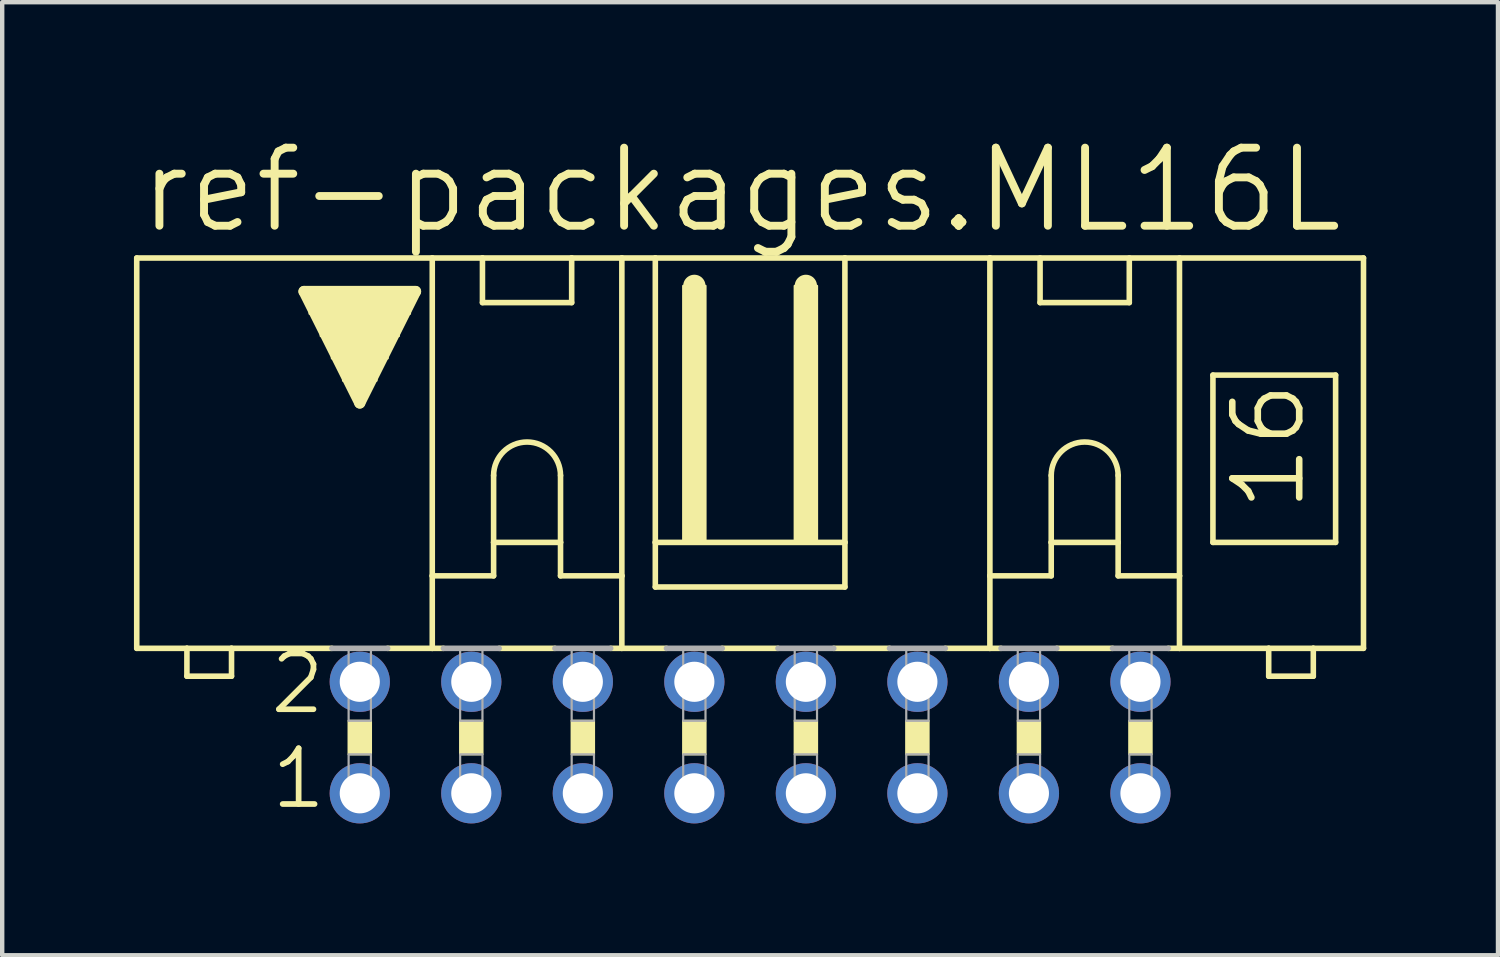
<source format=kicad_pcb>
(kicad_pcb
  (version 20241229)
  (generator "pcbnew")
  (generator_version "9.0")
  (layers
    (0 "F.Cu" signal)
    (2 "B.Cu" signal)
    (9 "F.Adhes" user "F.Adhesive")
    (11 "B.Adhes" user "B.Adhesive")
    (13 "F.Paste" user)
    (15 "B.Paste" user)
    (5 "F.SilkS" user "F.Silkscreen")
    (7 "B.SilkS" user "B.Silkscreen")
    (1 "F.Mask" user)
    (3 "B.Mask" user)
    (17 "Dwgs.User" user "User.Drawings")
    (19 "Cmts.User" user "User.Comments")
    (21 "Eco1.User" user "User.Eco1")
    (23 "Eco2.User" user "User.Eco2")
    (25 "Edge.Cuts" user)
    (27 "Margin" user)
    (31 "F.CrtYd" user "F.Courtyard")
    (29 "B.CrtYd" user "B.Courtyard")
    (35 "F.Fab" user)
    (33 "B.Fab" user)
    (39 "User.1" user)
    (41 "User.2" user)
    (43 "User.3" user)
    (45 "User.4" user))
  (footprint "ref-packages.ML16L"
    (layer "F.Cu")
    (at 14.034 13.748)
    (property "Reference" "ref-packages.ML16L" (at -13.995 -11.43 0) (layer "F.SilkS") (effects (font (size 1.778 1.778) (thickness 0.18)) (justify left bottom)))
    (attr through_hole)
    (fp_line (start -13.97 -2.032) (end -13.97 -10.922) (stroke (width 0.127) (type default)) (layer "F.SilkS"))
    (fp_line (start -13.97 -2.032) (end -12.827 -2.032) (stroke (width 0.127) (type default)) (layer "F.SilkS"))
    (fp_line (start -12.827 -2.032) (end -12.827 -1.397) (stroke (width 0.127) (type default)) (layer "F.SilkS"))
    (fp_line (start -12.827 -2.032) (end -11.811 -2.032) (stroke (width 0.127) (type default)) (layer "F.SilkS"))
    (fp_line (start -11.811 -2.032) (end -9.525 -2.032) (stroke (width 0.127) (type default)) (layer "F.SilkS"))
    (fp_line (start -11.811 -1.397) (end -12.827 -1.397) (stroke (width 0.127) (type default)) (layer "F.SilkS"))
    (fp_line (start -11.811 -1.397) (end -11.811 -2.032) (stroke (width 0.127) (type default)) (layer "F.SilkS"))
    (fp_line (start -10.16 -10.16) (end -7.62 -10.16) (stroke (width 0.254) (type default)) (layer "F.SilkS"))
    (fp_line (start -8.89 -7.62) (end -10.16 -10.16) (stroke (width 0.254) (type default)) (layer "F.SilkS"))
    (fp_line (start -8.255 -2.032) (end -7.239 -2.032) (stroke (width 0.127) (type default)) (layer "F.SilkS"))
    (fp_line (start -7.62 -10.16) (end -8.89 -7.62) (stroke (width 0.254) (type default)) (layer "F.SilkS"))
    (fp_line (start -7.239 -10.922) (end -13.97 -10.922) (stroke (width 0.127) (type default)) (layer "F.SilkS"))
    (fp_line (start -7.239 -10.922) (end -6.096 -10.922) (stroke (width 0.127) (type default)) (layer "F.SilkS"))
    (fp_line (start -7.239 -3.683) (end -7.239 -10.922) (stroke (width 0.127) (type default)) (layer "F.SilkS"))
    (fp_line (start -7.239 -3.683) (end -5.842 -3.683) (stroke (width 0.127) (type default)) (layer "F.SilkS"))
    (fp_line (start -7.239 -2.032) (end -7.239 -3.683) (stroke (width 0.127) (type default)) (layer "F.SilkS"))
    (fp_line (start -7.239 -2.032) (end -6.985 -2.032) (stroke (width 0.127) (type default)) (layer "F.SilkS"))
    (fp_line (start -6.096 -10.922) (end -4.064 -10.922) (stroke (width 0.127) (type default)) (layer "F.SilkS"))
    (fp_line (start -6.096 -9.906) (end -6.096 -10.922) (stroke (width 0.127) (type default)) (layer "F.SilkS"))
    (fp_line (start -6.096 -9.906) (end -4.064 -9.906) (stroke (width 0.127) (type default)) (layer "F.SilkS"))
    (fp_line (start -5.842 -5.969) (end -5.842 -4.445) (stroke (width 0.127) (type default)) (layer "F.SilkS"))
    (fp_line (start -5.842 -4.445) (end -5.842 -3.683) (stroke (width 0.127) (type default)) (layer "F.SilkS"))
    (fp_line (start -5.842 -4.445) (end -4.318 -4.445) (stroke (width 0.127) (type default)) (layer "F.SilkS"))
    (fp_line (start -5.715 -2.032) (end -4.445 -2.032) (stroke (width 0.127) (type default)) (layer "F.SilkS"))
    (fp_line (start -4.318 -5.969) (end -4.318 -4.445) (stroke (width 0.127) (type default)) (layer "F.SilkS"))
    (fp_line (start -4.318 -4.445) (end -4.318 -3.683) (stroke (width 0.127) (type default)) (layer "F.SilkS"))
    (fp_line (start -4.318 -3.683) (end -2.921 -3.683) (stroke (width 0.127) (type default)) (layer "F.SilkS"))
    (fp_line (start -4.064 -10.922) (end -4.064 -9.906) (stroke (width 0.127) (type default)) (layer "F.SilkS"))
    (fp_line (start -4.064 -10.922) (end -2.921 -10.922) (stroke (width 0.127) (type default)) (layer "F.SilkS"))
    (fp_line (start -3.175 -2.032) (end -2.921 -2.032) (stroke (width 0.127) (type default)) (layer "F.SilkS"))
    (fp_line (start -2.921 -10.922) (end -2.159 -10.922) (stroke (width 0.127) (type default)) (layer "F.SilkS"))
    (fp_line (start -2.921 -3.683) (end -2.921 -10.922) (stroke (width 0.127) (type default)) (layer "F.SilkS"))
    (fp_line (start -2.921 -3.683) (end -2.921 -2.032) (stroke (width 0.127) (type default)) (layer "F.SilkS"))
    (fp_line (start -2.921 -2.032) (end -1.905 -2.032) (stroke (width 0.127) (type default)) (layer "F.SilkS"))
    (fp_line (start -2.159 -10.922) (end -2.159 -4.445) (stroke (width 0.127) (type default)) (layer "F.SilkS"))
    (fp_line (start -2.159 -10.922) (end 2.159 -10.922) (stroke (width 0.127) (type default)) (layer "F.SilkS"))
    (fp_line (start -2.159 -4.445) (end -2.159 -3.429) (stroke (width 0.127) (type default)) (layer "F.SilkS"))
    (fp_line (start -1.27 -10.033) (end -1.27 -10.287) (stroke (width 0.508) (type default)) (layer "F.SilkS"))
    (fp_line (start -0.635 -2.032) (end 0.635 -2.032) (stroke (width 0.127) (type default)) (layer "F.SilkS"))
    (fp_line (start 1.27 -10.033) (end 1.27 -10.287) (stroke (width 0.508) (type default)) (layer "F.SilkS"))
    (fp_line (start 1.905 -2.032) (end 3.175 -2.032) (stroke (width 0.127) (type default)) (layer "F.SilkS"))
    (fp_line (start 2.159 -10.922) (end 2.159 -4.445) (stroke (width 0.127) (type default)) (layer "F.SilkS"))
    (fp_line (start 2.159 -10.922) (end 5.461 -10.922) (stroke (width 0.127) (type default)) (layer "F.SilkS"))
    (fp_line (start 2.159 -4.445) (end -2.159 -4.445) (stroke (width 0.127) (type default)) (layer "F.SilkS"))
    (fp_line (start 2.159 -4.445) (end 2.159 -3.429) (stroke (width 0.127) (type default)) (layer "F.SilkS"))
    (fp_line (start 2.159 -3.429) (end -2.159 -3.429) (stroke (width 0.127) (type default)) (layer "F.SilkS"))
    (fp_line (start 4.445 -2.032) (end 5.461 -2.032) (stroke (width 0.127) (type default)) (layer "F.SilkS"))
    (fp_line (start 5.461 -10.922) (end 13.97 -10.922) (stroke (width 0.127) (type default)) (layer "F.SilkS"))
    (fp_line (start 5.461 -3.683) (end 5.461 -10.922) (stroke (width 0.127) (type default)) (layer "F.SilkS"))
    (fp_line (start 5.461 -3.683) (end 5.461 -2.032) (stroke (width 0.127) (type default)) (layer "F.SilkS"))
    (fp_line (start 5.461 -3.683) (end 6.858 -3.683) (stroke (width 0.127) (type default)) (layer "F.SilkS"))
    (fp_line (start 5.461 -2.032) (end 5.715 -2.032) (stroke (width 0.127) (type default)) (layer "F.SilkS"))
    (fp_line (start 6.604 -9.906) (end 6.604 -10.922) (stroke (width 0.127) (type default)) (layer "F.SilkS"))
    (fp_line (start 6.604 -9.906) (end 8.636 -9.906) (stroke (width 0.127) (type default)) (layer "F.SilkS"))
    (fp_line (start 6.858 -5.969) (end 6.858 -4.445) (stroke (width 0.127) (type default)) (layer "F.SilkS"))
    (fp_line (start 6.858 -4.445) (end 6.858 -3.683) (stroke (width 0.127) (type default)) (layer "F.SilkS"))
    (fp_line (start 6.858 -4.445) (end 8.382 -4.445) (stroke (width 0.127) (type default)) (layer "F.SilkS"))
    (fp_line (start 6.985 -2.032) (end 8.255 -2.032) (stroke (width 0.127) (type default)) (layer "F.SilkS"))
    (fp_line (start 8.382 -5.969) (end 8.382 -4.445) (stroke (width 0.127) (type default)) (layer "F.SilkS"))
    (fp_line (start 8.382 -4.445) (end 8.382 -3.683) (stroke (width 0.127) (type default)) (layer "F.SilkS"))
    (fp_line (start 8.382 -3.683) (end 9.779 -3.683) (stroke (width 0.127) (type default)) (layer "F.SilkS"))
    (fp_line (start 8.636 -10.922) (end 8.636 -9.906) (stroke (width 0.127) (type default)) (layer "F.SilkS"))
    (fp_line (start 9.779 -3.683) (end 9.779 -10.922) (stroke (width 0.127) (type default)) (layer "F.SilkS"))
    (fp_line (start 9.779 -3.683) (end 9.779 -2.032) (stroke (width 0.127) (type default)) (layer "F.SilkS"))
    (fp_line (start 9.779 -2.032) (end 9.525 -2.032) (stroke (width 0.127) (type default)) (layer "F.SilkS"))
    (fp_line (start 10.541 -8.255) (end 10.541 -4.445) (stroke (width 0.127) (type default)) (layer "F.SilkS"))
    (fp_line (start 10.541 -8.255) (end 13.335 -8.255) (stroke (width 0.127) (type default)) (layer "F.SilkS"))
    (fp_line (start 10.541 -4.445) (end 13.335 -4.445) (stroke (width 0.127) (type default)) (layer "F.SilkS"))
    (fp_line (start 11.811 -2.032) (end 9.779 -2.032) (stroke (width 0.127) (type default)) (layer "F.SilkS"))
    (fp_line (start 11.811 -2.032) (end 11.811 -1.397) (stroke (width 0.127) (type default)) (layer "F.SilkS"))
    (fp_line (start 12.827 -2.032) (end 11.811 -2.032) (stroke (width 0.127) (type default)) (layer "F.SilkS"))
    (fp_line (start 12.827 -1.397) (end 11.811 -1.397) (stroke (width 0.127) (type default)) (layer "F.SilkS"))
    (fp_line (start 12.827 -1.397) (end 12.827 -2.032) (stroke (width 0.127) (type default)) (layer "F.SilkS"))
    (fp_line (start 13.335 -4.445) (end 13.335 -8.255) (stroke (width 0.127) (type default)) (layer "F.SilkS"))
    (fp_line (start 13.97 -2.032) (end 12.827 -2.032) (stroke (width 0.127) (type default)) (layer "F.SilkS"))
    (fp_line (start 13.97 -2.032) (end 13.97 -10.922) (stroke (width 0.127) (type default)) (layer "F.SilkS"))
    (fp_rect (start -10.033 -9.652) (end -7.747 -10.16) (stroke (width 0.05) (type default)) (fill yes) (layer "F.SilkS"))
    (fp_rect (start -9.779 -9.144) (end -8.001 -9.652) (stroke (width 0.05) (type default)) (fill yes) (layer "F.SilkS"))
    (fp_rect (start -9.525 -8.636) (end -8.255 -9.144) (stroke (width 0.05) (type default)) (fill yes) (layer "F.SilkS"))
    (fp_rect (start -9.271 -8.128) (end -8.509 -8.636) (stroke (width 0.05) (type default)) (fill yes) (layer "F.SilkS"))
    (fp_rect (start -9.144 0.381) (end -8.636 -0.381) (stroke (width 0.05) (type default)) (fill yes) (layer "F.SilkS"))
    (fp_rect (start -9.017 -7.874) (end -8.763 -8.128) (stroke (width 0.05) (type default)) (fill yes) (layer "F.SilkS"))
    (fp_rect (start -6.604 0.381) (end -6.096 -0.381) (stroke (width 0.05) (type default)) (fill yes) (layer "F.SilkS"))
    (fp_rect (start -4.064 0.381) (end -3.556 -0.381) (stroke (width 0.05) (type default)) (fill yes) (layer "F.SilkS"))
    (fp_rect (start -1.524 -4.445) (end -1.016 -10.287) (stroke (width 0.05) (type default)) (fill yes) (layer "F.SilkS"))
    (fp_rect (start -1.524 0.381) (end -1.016 -0.381) (stroke (width 0.05) (type default)) (fill yes) (layer "F.SilkS"))
    (fp_rect (start 1.016 -4.445) (end 1.524 -10.287) (stroke (width 0.05) (type default)) (fill yes) (layer "F.SilkS"))
    (fp_rect (start 1.016 0.381) (end 1.524 -0.381) (stroke (width 0.05) (type default)) (fill yes) (layer "F.SilkS"))
    (fp_rect (start 3.556 0.381) (end 4.064 -0.381) (stroke (width 0.05) (type default)) (fill yes) (layer "F.SilkS"))
    (fp_rect (start 6.096 0.381) (end 6.604 -0.381) (stroke (width 0.05) (type default)) (fill yes) (layer "F.SilkS"))
    (fp_rect (start 8.636 0.381) (end 9.144 -0.381) (stroke (width 0.05) (type default)) (fill yes) (layer "F.SilkS"))
    (fp_arc (start -5.842 -5.969) (mid -5.08 -6.731) (end -4.318 -5.969) (stroke (width 0.127) (type default)) (layer "F.SilkS"))
    (fp_arc (start 6.858 -5.969) (mid 7.62 -6.731) (end 8.382 -5.969) (stroke (width 0.127) (type default)) (layer "F.SilkS"))
    (fp_line (start -9.525 -2.032) (end -8.255 -2.032) (stroke (width 0.127) (type default)) (layer "F.Fab"))
    (fp_line (start -6.985 -2.032) (end -5.715 -2.032) (stroke (width 0.127) (type default)) (layer "F.Fab"))
    (fp_line (start -4.445 -2.032) (end -3.175 -2.032) (stroke (width 0.127) (type default)) (layer "F.Fab"))
    (fp_line (start -1.905 -2.032) (end -0.635 -2.032) (stroke (width 0.127) (type default)) (layer "F.Fab"))
    (fp_line (start 1.905 -2.032) (end 0.635 -2.032) (stroke (width 0.127) (type default)) (layer "F.Fab"))
    (fp_line (start 4.445 -2.032) (end 3.175 -2.032) (stroke (width 0.127) (type default)) (layer "F.Fab"))
    (fp_line (start 6.985 -2.032) (end 5.715 -2.032) (stroke (width 0.127) (type default)) (layer "F.Fab"))
    (fp_line (start 9.525 -2.032) (end 8.255 -2.032) (stroke (width 0.127) (type default)) (layer "F.Fab"))
    (fp_rect (start -9.144 -0.381) (end -8.636 -2.032) (stroke (width 0.05) (type default)) (fill no) (layer "F.Fab"))
    (fp_rect (start -9.144 1.524) (end -8.636 0.381) (stroke (width 0.05) (type default)) (fill no) (layer "F.Fab"))
    (fp_rect (start -6.604 -0.381) (end -6.096 -2.032) (stroke (width 0.05) (type default)) (fill no) (layer "F.Fab"))
    (fp_rect (start -6.604 1.524) (end -6.096 0.381) (stroke (width 0.05) (type default)) (fill no) (layer "F.Fab"))
    (fp_rect (start -4.064 -0.381) (end -3.556 -2.032) (stroke (width 0.05) (type default)) (fill no) (layer "F.Fab"))
    (fp_rect (start -4.064 1.524) (end -3.556 0.381) (stroke (width 0.05) (type default)) (fill no) (layer "F.Fab"))
    (fp_rect (start -1.524 -0.381) (end -1.016 -2.032) (stroke (width 0.05) (type default)) (fill no) (layer "F.Fab"))
    (fp_rect (start -1.524 1.524) (end -1.016 0.381) (stroke (width 0.05) (type default)) (fill no) (layer "F.Fab"))
    (fp_rect (start 1.016 -0.381) (end 1.524 -2.032) (stroke (width 0.05) (type default)) (fill no) (layer "F.Fab"))
    (fp_rect (start 1.016 1.524) (end 1.524 0.381) (stroke (width 0.05) (type default)) (fill no) (layer "F.Fab"))
    (fp_rect (start 3.556 -0.381) (end 4.064 -2.032) (stroke (width 0.05) (type default)) (fill no) (layer "F.Fab"))
    (fp_rect (start 3.556 1.524) (end 4.064 0.381) (stroke (width 0.05) (type default)) (fill no) (layer "F.Fab"))
    (fp_rect (start 6.096 -0.381) (end 6.604 -2.032) (stroke (width 0.05) (type default)) (fill no) (layer "F.Fab"))
    (fp_rect (start 6.096 1.524) (end 6.604 0.381) (stroke (width 0.05) (type default)) (fill no) (layer "F.Fab"))
    (fp_rect (start 8.636 -0.381) (end 9.144 -2.032) (stroke (width 0.05) (type default)) (fill no) (layer "F.Fab"))
    (fp_rect (start 8.636 1.524) (end 9.144 0.381) (stroke (width 0.05) (type default)) (fill no) (layer "F.Fab"))
    (fp_text user "2" (at -10.998 -0.483 0) (layer "F.SilkS") (effects (font (size 1.27 1.27) (thickness 0.13)) (justify left bottom)))
    (fp_text user "16" (at 12.7 -5.08 90) (layer "F.SilkS") (effects (font (size 1.524 1.524) (thickness 0.15)) (justify left bottom)))
    (fp_text user "1" (at -10.973 1.676 0) (layer "F.SilkS") (effects (font (size 1.27 1.27) (thickness 0.13)) (justify left bottom)))
    (pad "1" thru_hole circle (at -8.89 1.27) (size 1.372 1.372) (drill 0.914) (layers "*.Cu" "*.Mask"))
    (pad "2" thru_hole circle (at -8.89 -1.27) (size 1.372 1.372) (drill 0.914) (layers "*.Cu" "*.Mask"))
    (pad "3" thru_hole circle (at -6.35 1.27) (size 1.372 1.372) (drill 0.914) (layers "*.Cu" "*.Mask"))
    (pad "4" thru_hole circle (at -6.35 -1.27) (size 1.372 1.372) (drill 0.914) (layers "*.Cu" "*.Mask"))
    (pad "5" thru_hole circle (at -3.81 1.27) (size 1.372 1.372) (drill 0.914) (layers "*.Cu" "*.Mask"))
    (pad "6" thru_hole circle (at -3.81 -1.27) (size 1.372 1.372) (drill 0.914) (layers "*.Cu" "*.Mask"))
    (pad "7" thru_hole circle (at -1.27 1.27) (size 1.372 1.372) (drill 0.914) (layers "*.Cu" "*.Mask"))
    (pad "8" thru_hole circle (at -1.27 -1.27) (size 1.372 1.372) (drill 0.914) (layers "*.Cu" "*.Mask"))
    (pad "9" thru_hole circle (at 1.27 1.27) (size 1.372 1.372) (drill 0.914) (layers "*.Cu" "*.Mask"))
    (pad "10" thru_hole circle (at 1.27 -1.27) (size 1.372 1.372) (drill 0.914) (layers "*.Cu" "*.Mask"))
    (pad "11" thru_hole circle (at 3.81 1.27) (size 1.372 1.372) (drill 0.914) (layers "*.Cu" "*.Mask"))
    (pad "12" thru_hole circle (at 3.81 -1.27) (size 1.372 1.372) (drill 0.914) (layers "*.Cu" "*.Mask"))
    (pad "13" thru_hole circle (at 6.35 1.27) (size 1.372 1.372) (drill 0.914) (layers "*.Cu" "*.Mask"))
    (pad "14" thru_hole circle (at 6.35 -1.27) (size 1.372 1.372) (drill 0.914) (layers "*.Cu" "*.Mask"))
    (pad "15" thru_hole circle (at 8.89 1.27) (size 1.372 1.372) (drill 0.914) (layers "*.Cu" "*.Mask"))
    (pad "16" thru_hole circle (at 8.89 -1.27) (size 1.372 1.372) (drill 0.914) (layers "*.Cu" "*.Mask")))
  (gr_rect
    (start -3 -3)
    (end 31.067 18.707)
    (stroke (width 0.1) (type default))
    (fill no)
    (layer "Edge.Cuts")))
</source>
